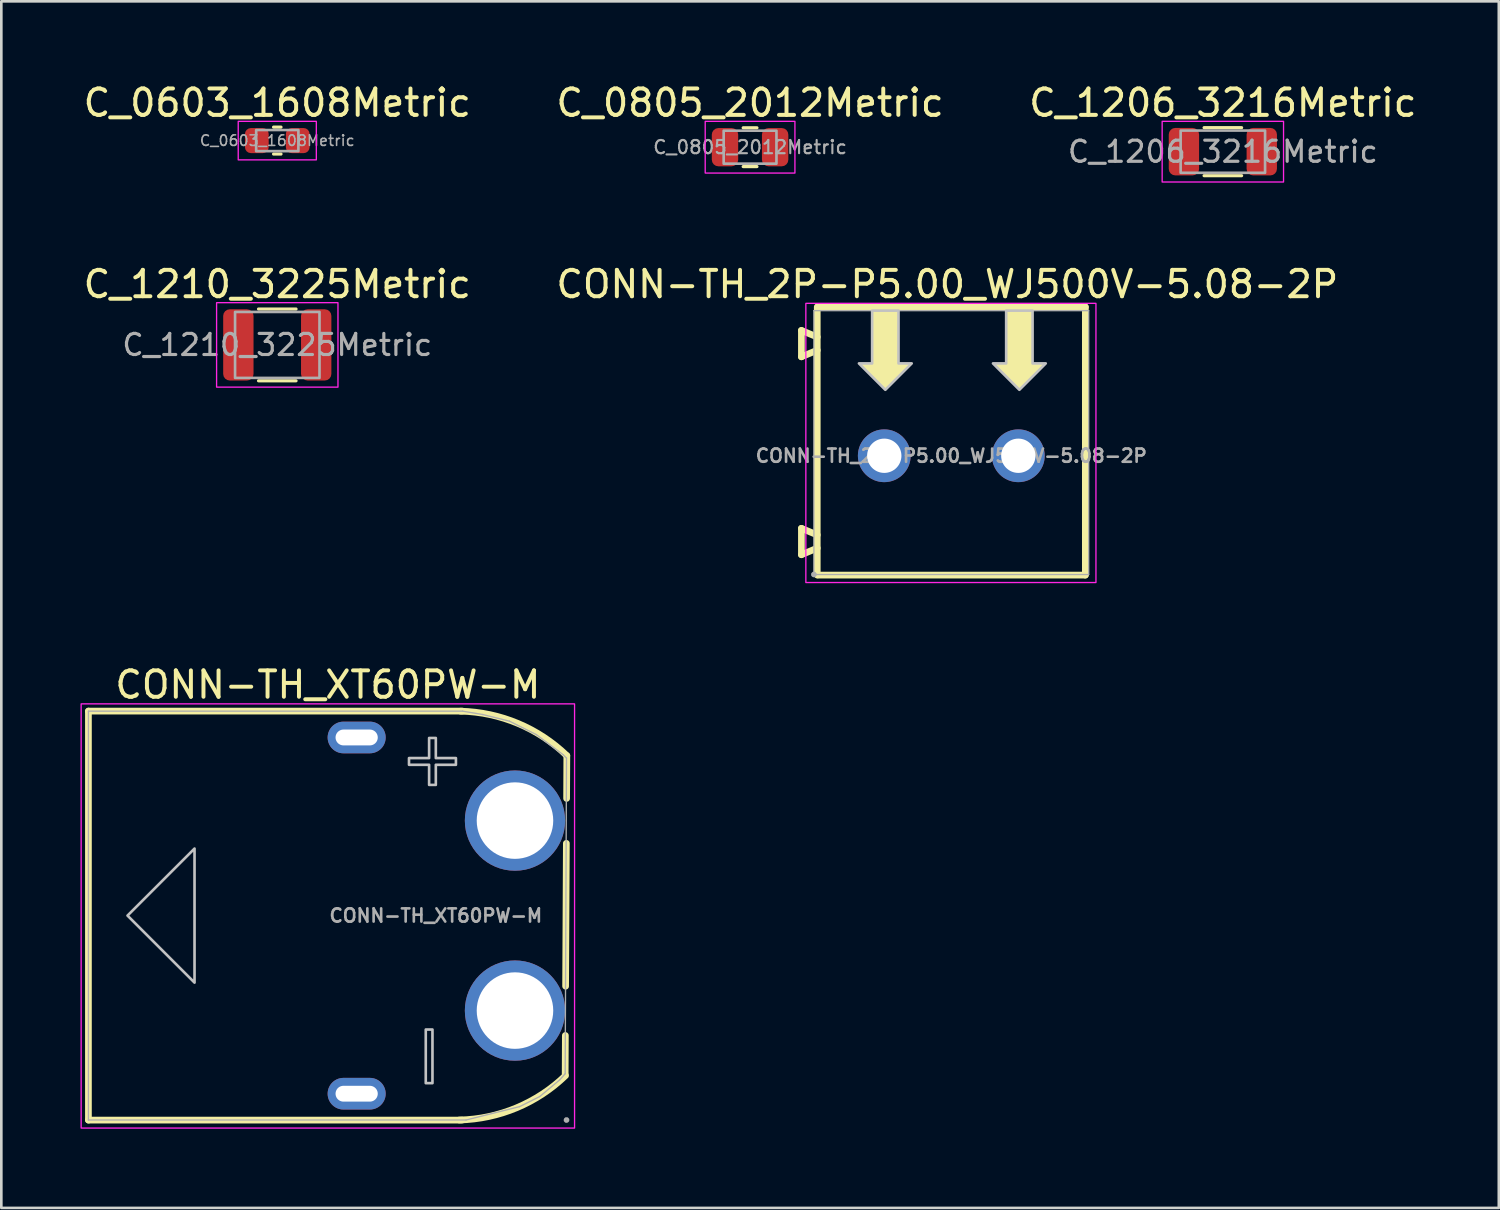
<source format=kicad_pcb>
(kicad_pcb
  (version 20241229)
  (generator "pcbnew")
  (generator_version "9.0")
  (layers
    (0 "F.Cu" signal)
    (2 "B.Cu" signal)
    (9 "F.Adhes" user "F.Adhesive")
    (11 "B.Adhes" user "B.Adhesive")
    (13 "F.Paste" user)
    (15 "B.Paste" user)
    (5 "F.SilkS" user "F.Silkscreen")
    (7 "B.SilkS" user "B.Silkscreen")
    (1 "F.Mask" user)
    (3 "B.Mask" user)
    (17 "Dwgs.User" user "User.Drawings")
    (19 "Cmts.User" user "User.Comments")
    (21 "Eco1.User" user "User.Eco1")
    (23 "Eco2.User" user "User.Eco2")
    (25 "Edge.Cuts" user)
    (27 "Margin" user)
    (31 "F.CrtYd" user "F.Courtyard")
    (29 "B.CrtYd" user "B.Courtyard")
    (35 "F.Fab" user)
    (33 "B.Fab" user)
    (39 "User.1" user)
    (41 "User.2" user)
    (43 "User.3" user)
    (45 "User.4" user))
  (footprint "C_0805_2012Metric"
    (layer "F.Cu")
    (at 25.375 2.528)
    (property "Reference" "C_0805_2012Metric" (at 0 -1.68 0) (layer "F.SilkS") (effects (font (size 1 1) (thickness 0.15))))
    (attr smd)
    (fp_line (start -0.261 -0.735) (end 0.261 -0.735) (stroke (width 0.12) (type solid)) (layer "F.SilkS"))
    (fp_line (start -0.261 0.735) (end 0.261 0.735) (stroke (width 0.12) (type solid)) (layer "F.SilkS"))
    (fp_rect (start -1.7 -0.98) (end 1.7 0.98) (stroke (width 0.05) (type solid)) (fill no) (layer "F.CrtYd"))
    (fp_rect (start -1 -0.625) (end 1 0.625) (stroke (width 0.1) (type solid)) (fill no) (layer "F.Fab"))
    (fp_text user "${REFERENCE}" (at 0 0 0) (layer "F.Fab") (effects (font (size 0.5 0.5) (thickness 0.08))))
    (pad "1" smd roundrect (at -0.95 0) (size 1 1.45) (layers "F.Cu" "F.Mask" "F.Paste") (roundrect_rratio 0.25))
    (pad "2" smd roundrect (at 0.95 0) (size 1 1.45) (layers "F.Cu" "F.Mask" "F.Paste") (roundrect_rratio 0.25)))
  (footprint "CONN-TH_XT60PW-M"
    (layer "F.Cu")
    (at 13.466 31.648)
    (property "Reference" "CONN-TH_XT60PW-M" (at -4.091 -8.748 0) (layer "F.SilkS") (effects (font (size 1 1) (thickness 0.15))))
    (fp_line (start -13.165 -7.75) (end 1 -7.75) (stroke (width 0.254) (type default)) (layer "F.SilkS"))
    (fp_line (start -13.165 7.75) (end -13.165 -7.75) (stroke (width 0.254) (type default)) (layer "F.SilkS"))
    (fp_line (start -13.165 7.75) (end 1 7.75) (stroke (width 0.254) (type default)) (layer "F.SilkS"))
    (fp_line (start 4.909 4.543) (end 4.902 5.994) (stroke (width 0.254) (type default)) (layer "F.SilkS"))
    (fp_line (start 4.947 -2.738) (end 4.919 2.676) (stroke (width 0.254) (type default)) (layer "F.SilkS"))
    (fp_line (start 4.965 -6.062) (end 4.957 -4.441) (stroke (width 0.254) (type default)) (layer "F.SilkS"))
    (fp_arc (start 0.937 -7.747) (mid 3.10968 -7.283848) (end 4.965 -6.062) (stroke (width 0.254) (type default)) (layer "F.SilkS"))
    (fp_arc (start 4.917 6.062) (mid 3.061742 7.284029) (end 0.889 7.747) (stroke (width 0.254) (type default)) (layer "F.SilkS"))
    (fp_poly (pts (xy -9.144 -2.54) (xy -9.144 2.54) (xy -11.684 0)) (stroke (width 0.1) (type default)) (fill no) (layer "Dwgs.User"))
    (fp_poly (pts (xy -0.381 4.318) (xy -0.127 4.318) (xy -0.127 6.35) (xy -0.381 6.35)) (stroke (width 0.1) (type default)) (fill no) (layer "Dwgs.User"))
    (fp_poly (pts (xy -0.254 -6.731) (xy 0 -6.731) (xy 0 -5.969) (xy 0.762 -5.969) (xy 0.762 -5.715) (xy 0 -5.715) (xy 0 -4.953) (xy -0.254 -4.953) (xy -0.254 -5.715) (xy -1.016 -5.715) (xy -1.016 -5.969) (xy -0.254 -5.969)) (stroke (width 0.1) (type default)) (fill no) (layer "Dwgs.User"))
    (fp_rect (start -13.441 -8.023) (end 5.258 8.052) (stroke (width 0.05) (type default)) (fill no) (layer "F.CrtYd"))
    (fp_line (start -13.165 -7.747) (end 1.016 -7.747) (stroke (width 0.051) (type default)) (layer "F.Fab"))
    (fp_line (start -13.165 7.747) (end -13.165 -7.747) (stroke (width 0.051) (type default)) (layer "F.Fab"))
    (fp_line (start 1.016 -7.747) (end 1.778 -7.62) (stroke (width 0.051) (type default)) (layer "F.Fab"))
    (fp_line (start 1.143 7.747) (end -13.165 7.747) (stroke (width 0.051) (type default)) (layer "F.Fab"))
    (fp_line (start 1.778 -7.62) (end 2.794 -7.366) (stroke (width 0.051) (type default)) (layer "F.Fab"))
    (fp_line (start 2.159 7.493) (end 1.143 7.747) (stroke (width 0.051) (type default)) (layer "F.Fab"))
    (fp_line (start 2.794 -7.366) (end 3.81 -6.858) (stroke (width 0.051) (type default)) (layer "F.Fab"))
    (fp_line (start 3.175 7.239) (end 2.159 7.493) (stroke (width 0.051) (type default)) (layer "F.Fab"))
    (fp_line (start 3.81 -6.858) (end 4.826 -6.096) (stroke (width 0.051) (type default)) (layer "F.Fab"))
    (fp_line (start 3.937 6.858) (end 3.175 7.239) (stroke (width 0.051) (type default)) (layer "F.Fab"))
    (fp_line (start 4.699 6.223) (end 3.937 6.858) (stroke (width 0.051) (type default)) (layer "F.Fab"))
    (fp_line (start 4.826 -6.096) (end 4.953 -5.969) (stroke (width 0.051) (type default)) (layer "F.Fab"))
    (fp_line (start 4.902 5.994) (end 4.699 6.223) (stroke (width 0.051) (type default)) (layer "F.Fab"))
    (fp_line (start 4.953 -5.969) (end 4.902 5.994) (stroke (width 0.051) (type default)) (layer "F.Fab"))
    (fp_poly (pts (xy 5.008 7.724) (xy 4.976 7.692) (xy 4.93 7.692) (xy 4.898 7.724) (xy 4.898 7.77) (xy 4.93 7.802) (xy 4.976 7.802) (xy 5.008 7.77)) (stroke (width 0.1) (type default)) (fill no) (layer "F.Fab"))
    (fp_poly (pts (xy -2.4 -6.95) (xy -2.4 -6.55) (xy -3.6 -6.55) (xy -3.6 -6.95)) (stroke (width 0.1) (type default)) (fill no) (layer "User.1"))
    (fp_poly (pts (xy -2.4 6.55) (xy -2.4 6.95) (xy -3.6 6.95) (xy -3.6 6.55)) (stroke (width 0.1) (type default)) (fill no) (layer "User.1"))
    (fp_poly (pts (xy 3.995 -3.698) (xy 3.957 -3.89) (xy 3.882 -4.071) (xy 3.773 -4.234) (xy 3.634 -4.373) (xy 3.471 -4.482) (xy 3.29 -4.557) (xy 3.098 -4.595) (xy 2.902 -4.595) (xy 2.71 -4.557) (xy 2.529 -4.482) (xy 2.366 -4.373) (xy 2.227 -4.234) (xy 2.118 -4.071) (xy 2.043 -3.89) (xy 2.005 -3.698) (xy 2.005 -3.502) (xy 2.043 -3.31) (xy 2.118 -3.129) (xy 2.227 -2.966) (xy 2.366 -2.827) (xy 2.529 -2.718) (xy 2.71 -2.643) (xy 2.902 -2.605) (xy 3.098 -2.605) (xy 3.29 -2.643) (xy 3.471 -2.718) (xy 3.634 -2.827) (xy 3.773 -2.966) (xy 3.882 -3.129) (xy 3.957 -3.31) (xy 3.995 -3.502)) (stroke (width 0.1) (type default)) (fill no) (layer "User.1"))
    (fp_poly (pts (xy 3.995 3.502) (xy 3.957 3.31) (xy 3.882 3.129) (xy 3.773 2.966) (xy 3.634 2.827) (xy 3.471 2.718) (xy 3.29 2.643) (xy 3.098 2.605) (xy 2.902 2.605) (xy 2.71 2.643) (xy 2.529 2.718) (xy 2.366 2.827) (xy 2.227 2.966) (xy 2.118 3.129) (xy 2.043 3.31) (xy 2.005 3.502) (xy 2.005 3.698) (xy 2.043 3.89) (xy 2.118 4.071) (xy 2.227 4.234) (xy 2.366 4.373) (xy 2.529 4.482) (xy 2.71 4.557) (xy 2.902 4.595) (xy 3.098 4.595) (xy 3.29 4.557) (xy 3.471 4.482) (xy 3.634 4.373) (xy 3.773 4.234) (xy 3.882 4.071) (xy 3.957 3.89) (xy 3.995 3.698)) (stroke (width 0.1) (type default)) (fill no) (layer "User.1"))
    (fp_text user "${REFERENCE}" (at 0 0 0) (layer "F.Fab") (effects (font (size 0.5 0.5) (thickness 0.1))))
    (pad "1" thru_hole circle (at 3 3.6 90) (size 3.8 3.8) (drill 2.9) (layers "*.Cu" "*.Mask"))
    (pad "2" thru_hole circle (at 3 -3.6 90) (size 3.8 3.8) (drill 2.9) (layers "*.Cu" "*.Mask"))
    (pad "3" thru_hole oval (at -3 -6.75 90) (size 1.2 2.2) (drill oval 0.6 1.6) (layers "*.Cu" "*.Mask"))
    (pad "4" thru_hole oval (at -3 6.75 90) (size 1.2 2.2) (drill oval 0.6 1.6) (layers "*.Cu" "*.Mask")))
  (footprint "C_1206_3216Metric"
    (layer "F.Cu")
    (at 43.292 2.698)
    (property "Reference" "C_1206_3216Metric" (at 0 -1.85 0) (layer "F.SilkS") (effects (font (size 1 1) (thickness 0.15))))
    (attr smd)
    (fp_line (start -0.711 -0.91) (end 0.711 -0.91) (stroke (width 0.12) (type solid)) (layer "F.SilkS"))
    (fp_line (start -0.711 0.91) (end 0.711 0.91) (stroke (width 0.12) (type solid)) (layer "F.SilkS"))
    (fp_rect (start -2.3 -1.15) (end 2.3 1.15) (stroke (width 0.05) (type solid)) (fill no) (layer "F.CrtYd"))
    (fp_rect (start -1.6 -0.8) (end 1.6 0.8) (stroke (width 0.1) (type solid)) (fill no) (layer "F.Fab"))
    (fp_text user "${REFERENCE}" (at 0 0 0) (layer "F.Fab") (effects (font (size 0.8 0.8) (thickness 0.12))))
    (pad "1" smd roundrect (at -1.475 0) (size 1.15 1.8) (layers "F.Cu" "F.Mask" "F.Paste") (roundrect_rratio 0.217))
    (pad "2" smd roundrect (at 1.475 0) (size 1.15 1.8) (layers "F.Cu" "F.Mask" "F.Paste") (roundrect_rratio 0.217)))
  (footprint "CONN-TH_2P-P5.00_WJ500V-5.08-2P"
    (layer "F.Cu")
    (at 33.001 14.222)
    (property "Reference" "CONN-TH_2P-P5.00_WJ500V-5.08-2P" (at -0.15 -6.5 0) (layer "F.SilkS") (effects (font (size 1 1) (thickness 0.15))))
    (fp_line (start -5.68 -4.75) (end -5.68 -3.75) (stroke (width 0.254) (type default)) (layer "F.SilkS"))
    (fp_line (start -5.68 -3.75) (end -5.08 -4) (stroke (width 0.254) (type default)) (layer "F.SilkS"))
    (fp_line (start -5.68 2.75) (end -5.68 3.75) (stroke (width 0.254) (type default)) (layer "F.SilkS"))
    (fp_line (start -5.68 3.75) (end -5.08 3.5) (stroke (width 0.254) (type default)) (layer "F.SilkS"))
    (fp_line (start -5.08 -4.5) (end -5.68 -4.75) (stroke (width 0.254) (type default)) (layer "F.SilkS"))
    (fp_line (start -5.08 3) (end -5.68 2.75) (stroke (width 0.254) (type default)) (layer "F.SilkS"))
    (fp_line (start -5.08 4.52) (end -5.08 -5.64) (stroke (width 0.254) (type default)) (layer "F.SilkS"))
    (fp_line (start 5.08 -5.638) (end -5.054 -5.638) (stroke (width 0.254) (type default)) (layer "F.SilkS"))
    (fp_line (start 5.08 4.522) (end -5.054 4.522) (stroke (width 0.254) (type default)) (layer "F.SilkS"))
    (fp_line (start 5.08 4.522) (end 5.08 -5.638) (stroke (width 0.254) (type default)) (layer "F.SilkS"))
    (fp_poly (pts (xy -3 -5.5) (xy -2 -5.5) (xy -2 -3.5) (xy -1.5 -3.5) (xy -2.5 -2.5) (xy -3.5 -3.5) (xy -3 -3.5)) (stroke (width 0) (type default)) (fill yes) (layer "F.SilkS"))
    (fp_poly (pts (xy 2.08 -5.5) (xy 3.08 -5.5) (xy 3.08 -3.5) (xy 3.58 -3.5) (xy 2.58 -2.5) (xy 1.58 -3.5) (xy 2.08 -3.5)) (stroke (width 0) (type default)) (fill yes) (layer "F.SilkS"))
    (fp_poly (pts (xy -3 -5.5) (xy -2 -5.5) (xy -2 -3.5) (xy -1.5 -3.5) (xy -2.5 -2.5) (xy -3.5 -3.5) (xy -3 -3.5)) (stroke (width 0.1) (type default)) (fill no) (layer "Dwgs.User"))
    (fp_poly (pts (xy 2.08 -5.5) (xy 3.08 -5.5) (xy 3.08 -3.5) (xy 3.58 -3.5) (xy 2.58 -2.5) (xy 1.58 -3.5) (xy 2.08 -3.5)) (stroke (width 0.1) (type default)) (fill no) (layer "Dwgs.User"))
    (fp_rect (start -5.512 -5.776) (end 5.482 4.805) (stroke (width 0.05) (type default)) (fill no) (layer "F.CrtYd"))
    (fp_line (start -5.207 -5.5) (end 5.207 -5.5) (stroke (width 0.051) (type default)) (layer "F.Fab"))
    (fp_line (start -5.207 4.5) (end -5.207 -5.5) (stroke (width 0.051) (type default)) (layer "F.Fab"))
    (fp_line (start 5.207 -5.5) (end 5.207 4.5) (stroke (width 0.051) (type default)) (layer "F.Fab"))
    (fp_line (start 5.207 4.5) (end -5.207 4.5) (stroke (width 0.051) (type default)) (layer "F.Fab"))
    (fp_poly (pts (xy -5.152 4.477) (xy -5.184 4.445) (xy -5.23 4.445) (xy -5.262 4.477) (xy -5.262 4.523) (xy -5.23 4.555) (xy -5.184 4.555) (xy -5.152 4.523)) (stroke (width 0.1) (type default)) (fill no) (layer "F.Fab"))
    (fp_poly (pts (xy -1.995 -0.072) (xy -2.032 -0.21) (xy -2.104 -0.335) (xy -2.205 -0.436) (xy -2.33 -0.508) (xy -2.468 -0.545) (xy -2.612 -0.545) (xy -2.75 -0.508) (xy -2.875 -0.436) (xy -2.976 -0.335) (xy -3.048 -0.21) (xy -3.085 -0.072) (xy -3.085 0.072) (xy -3.048 0.21) (xy -2.976 0.335) (xy -2.875 0.436) (xy -2.75 0.508) (xy -2.612 0.545) (xy -2.468 0.545) (xy -2.33 0.508) (xy -2.205 0.436) (xy -2.104 0.335) (xy -2.032 0.21) (xy -1.995 0.072)) (stroke (width 0.1) (type default)) (fill no) (layer "User.1"))
    (fp_poly (pts (xy 3.085 -0.072) (xy 3.048 -0.21) (xy 2.976 -0.335) (xy 2.875 -0.436) (xy 2.75 -0.508) (xy 2.612 -0.545) (xy 2.468 -0.545) (xy 2.33 -0.508) (xy 2.205 -0.436) (xy 2.104 -0.335) (xy 2.032 -0.21) (xy 1.995 -0.072) (xy 1.995 0.072) (xy 2.032 0.21) (xy 2.104 0.335) (xy 2.205 0.436) (xy 2.33 0.508) (xy 2.468 0.545) (xy 2.612 0.545) (xy 2.75 0.508) (xy 2.875 0.436) (xy 2.976 0.335) (xy 3.048 0.21) (xy 3.085 0.072)) (stroke (width 0.1) (type default)) (fill no) (layer "User.1"))
    (fp_text user "${REFERENCE}" (at 0 0 0) (layer "F.Fab") (effects (font (size 0.5 0.5) (thickness 0.1))))
    (pad "1" thru_hole circle (at -2.54 0 180) (size 2 2) (drill 1.3) (layers "*.Cu" "*.Mask"))
    (pad "2" thru_hole circle (at 2.54 0 180) (size 2 2) (drill 1.3) (layers "*.Cu" "*.Mask")))
  (footprint "C_0603_1608Metric"
    (layer "F.Cu")
    (at 7.458 2.278)
    (property "Reference" "C_0603_1608Metric" (at 0 -1.43 0) (layer "F.SilkS") (effects (font (size 1 1) (thickness 0.15))))
    (attr smd)
    (fp_line (start -0.141 -0.51) (end 0.141 -0.51) (stroke (width 0.12) (type solid)) (layer "F.SilkS"))
    (fp_line (start -0.141 0.51) (end 0.141 0.51) (stroke (width 0.12) (type solid)) (layer "F.SilkS"))
    (fp_rect (start -1.48 -0.73) (end 1.48 0.73) (stroke (width 0.05) (type solid)) (fill no) (layer "F.CrtYd"))
    (fp_rect (start -0.8 -0.4) (end 0.8 0.4) (stroke (width 0.1) (type solid)) (fill no) (layer "F.Fab"))
    (fp_text user "${REFERENCE}" (at 0 0 0) (layer "F.Fab") (effects (font (size 0.4 0.4) (thickness 0.06))))
    (pad "1" smd roundrect (at -0.775 0) (size 0.9 0.95) (layers "F.Cu" "F.Mask" "F.Paste") (roundrect_rratio 0.25))
    (pad "2" smd roundrect (at 0.775 0) (size 0.9 0.95) (layers "F.Cu" "F.Mask" "F.Paste") (roundrect_rratio 0.25)))
  (footprint "C_1210_3225Metric"
    (layer "F.Cu")
    (at 7.458 10.021)
    (property "Reference" "C_1210_3225Metric" (at 0 -2.3 0) (layer "F.SilkS") (effects (font (size 1 1) (thickness 0.15))))
    (attr smd)
    (fp_line (start -0.711 -1.36) (end 0.711 -1.36) (stroke (width 0.12) (type solid)) (layer "F.SilkS"))
    (fp_line (start -0.711 1.36) (end 0.711 1.36) (stroke (width 0.12) (type solid)) (layer "F.SilkS"))
    (fp_rect (start -2.3 -1.6) (end 2.3 1.6) (stroke (width 0.05) (type solid)) (fill no) (layer "F.CrtYd"))
    (fp_rect (start -1.6 -1.25) (end 1.6 1.25) (stroke (width 0.1) (type solid)) (fill no) (layer "F.Fab"))
    (fp_text user "${REFERENCE}" (at 0 0 0) (layer "F.Fab") (effects (font (size 0.8 0.8) (thickness 0.12))))
    (pad "1" smd roundrect (at -1.475 0) (size 1.15 2.7) (layers "F.Cu" "F.Mask" "F.Paste") (roundrect_rratio 0.217))
    (pad "2" smd roundrect (at 1.475 0) (size 1.15 2.7) (layers "F.Cu" "F.Mask" "F.Paste") (roundrect_rratio 0.217)))
  (gr_rect
    (start -3 -3)
    (end 53.75 42.726)
    (stroke (width 0.1) (type default))
    (fill no)
    (layer "Edge.Cuts")))
</source>
